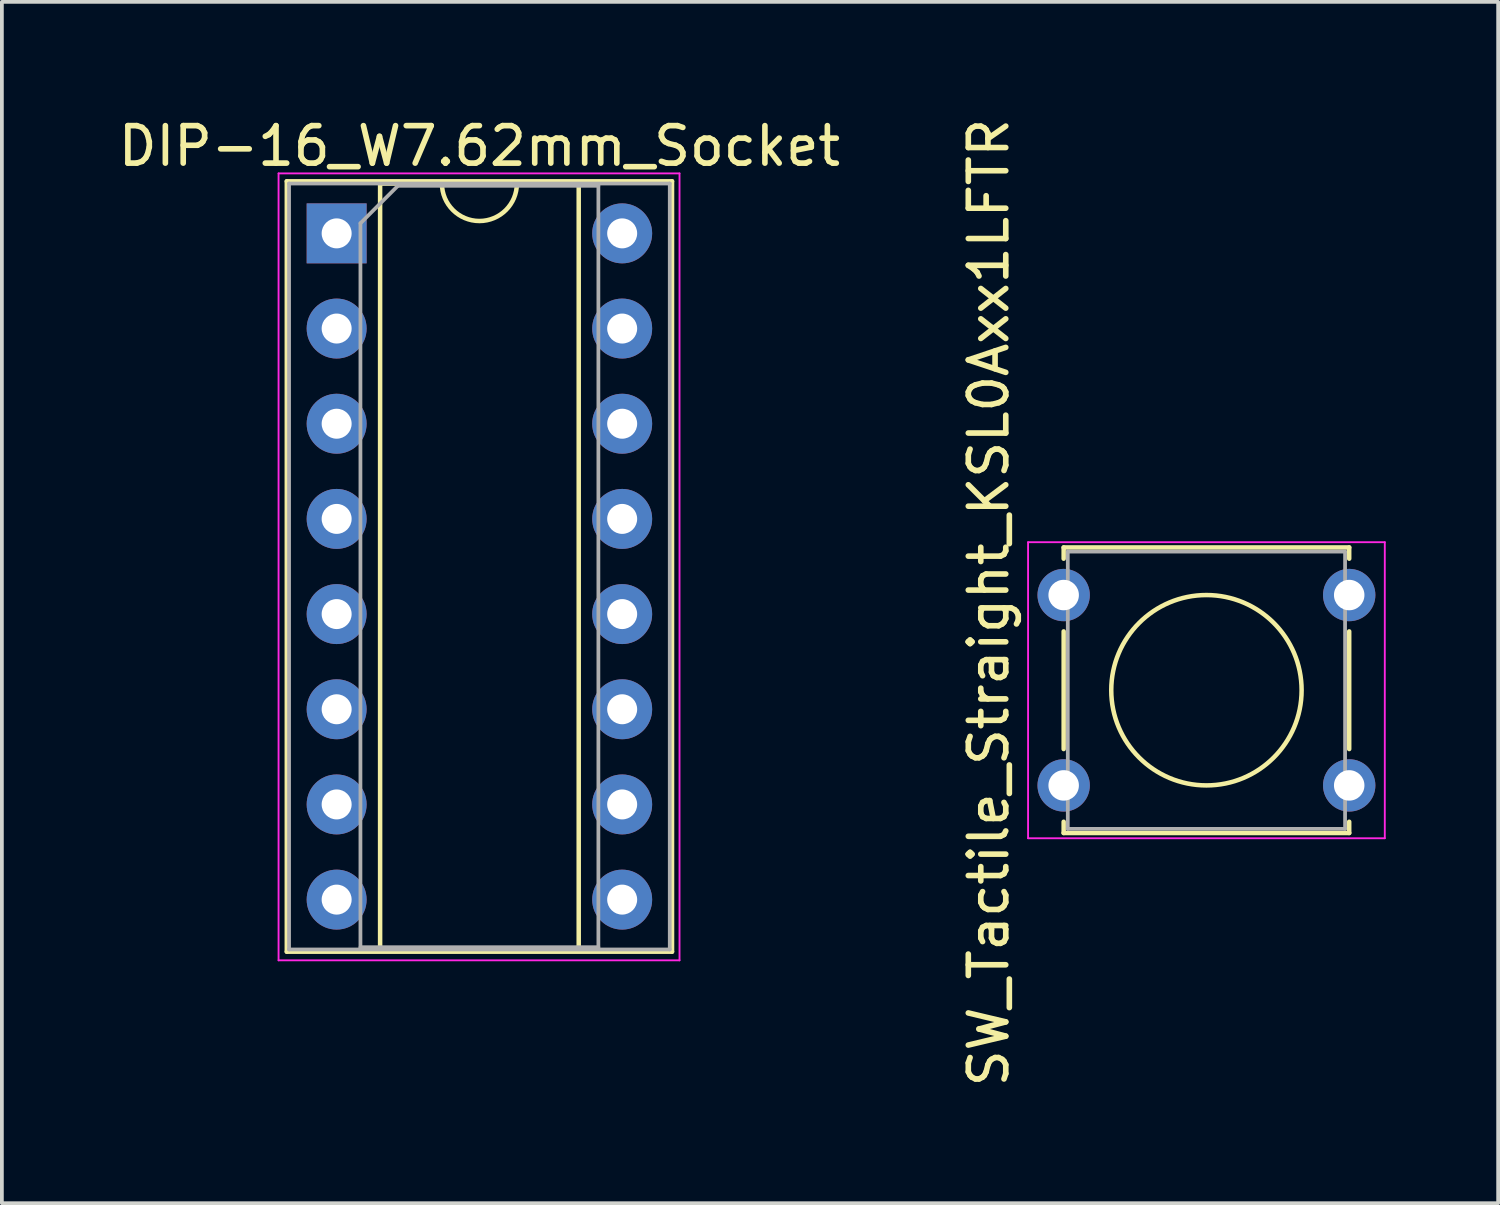
<source format=kicad_pcb>
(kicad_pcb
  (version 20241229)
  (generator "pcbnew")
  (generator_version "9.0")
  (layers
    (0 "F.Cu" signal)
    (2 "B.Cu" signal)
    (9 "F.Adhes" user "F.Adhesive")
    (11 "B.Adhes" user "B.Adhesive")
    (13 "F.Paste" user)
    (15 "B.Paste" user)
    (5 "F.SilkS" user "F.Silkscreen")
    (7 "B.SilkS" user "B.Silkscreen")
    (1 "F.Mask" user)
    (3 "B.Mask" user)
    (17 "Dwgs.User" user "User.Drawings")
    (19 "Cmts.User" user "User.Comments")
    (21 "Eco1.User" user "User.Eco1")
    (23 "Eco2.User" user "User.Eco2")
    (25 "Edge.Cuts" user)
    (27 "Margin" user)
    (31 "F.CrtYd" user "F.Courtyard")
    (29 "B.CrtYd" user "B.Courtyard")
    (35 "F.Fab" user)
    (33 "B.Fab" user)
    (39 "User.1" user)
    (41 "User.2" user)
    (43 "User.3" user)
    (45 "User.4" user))
  (footprint "DIP-16_W7.62mm_Socket"
    (layer "F.Cu")
    (at 5.934 3.178)
    (property "Reference" "DIP-16_W7.62mm_Socket" (at 3.81 -2.33 0) (layer "F.SilkS") (effects (font (size 1 1) (thickness 0.15))))
    (attr through_hole)
    (fp_line (start -1.33 -1.39) (end -1.33 19.17) (stroke (width 0.12) (type solid)) (layer "F.SilkS"))
    (fp_line (start -1.33 19.17) (end 8.95 19.17) (stroke (width 0.12) (type solid)) (layer "F.SilkS"))
    (fp_line (start 1.16 -1.33) (end 1.16 19.11) (stroke (width 0.12) (type solid)) (layer "F.SilkS"))
    (fp_line (start 1.16 19.11) (end 6.46 19.11) (stroke (width 0.12) (type solid)) (layer "F.SilkS"))
    (fp_line (start 2.81 -1.33) (end 1.16 -1.33) (stroke (width 0.12) (type solid)) (layer "F.SilkS"))
    (fp_line (start 6.46 -1.33) (end 4.81 -1.33) (stroke (width 0.12) (type solid)) (layer "F.SilkS"))
    (fp_line (start 6.46 19.11) (end 6.46 -1.33) (stroke (width 0.12) (type solid)) (layer "F.SilkS"))
    (fp_line (start 8.95 -1.39) (end -1.33 -1.39) (stroke (width 0.12) (type solid)) (layer "F.SilkS"))
    (fp_line (start 8.95 19.17) (end 8.95 -1.39) (stroke (width 0.12) (type solid)) (layer "F.SilkS"))
    (fp_arc (start 4.81 -1.33) (mid 3.81 -0.33) (end 2.81 -1.33) (stroke (width 0.12) (type solid)) (layer "F.SilkS"))
    (fp_line (start -1.55 -1.6) (end -1.55 19.4) (stroke (width 0.05) (type solid)) (layer "F.CrtYd"))
    (fp_line (start -1.55 19.4) (end 9.15 19.4) (stroke (width 0.05) (type solid)) (layer "F.CrtYd"))
    (fp_line (start 9.15 -1.6) (end -1.55 -1.6) (stroke (width 0.05) (type solid)) (layer "F.CrtYd"))
    (fp_line (start 9.15 19.4) (end 9.15 -1.6) (stroke (width 0.05) (type solid)) (layer "F.CrtYd"))
    (fp_line (start -1.27 -1.33) (end -1.27 19.11) (stroke (width 0.1) (type solid)) (layer "F.Fab"))
    (fp_line (start -1.27 19.11) (end 8.89 19.11) (stroke (width 0.1) (type solid)) (layer "F.Fab"))
    (fp_line (start 0.635 -0.27) (end 1.635 -1.27) (stroke (width 0.1) (type solid)) (layer "F.Fab"))
    (fp_line (start 0.635 19.05) (end 0.635 -0.27) (stroke (width 0.1) (type solid)) (layer "F.Fab"))
    (fp_line (start 1.635 -1.27) (end 6.985 -1.27) (stroke (width 0.1) (type solid)) (layer "F.Fab"))
    (fp_line (start 6.985 -1.27) (end 6.985 19.05) (stroke (width 0.1) (type solid)) (layer "F.Fab"))
    (fp_line (start 6.985 19.05) (end 0.635 19.05) (stroke (width 0.1) (type solid)) (layer "F.Fab"))
    (fp_line (start 8.89 -1.33) (end -1.27 -1.33) (stroke (width 0.1) (type solid)) (layer "F.Fab"))
    (fp_line (start 8.89 19.11) (end 8.89 -1.33) (stroke (width 0.1) (type solid)) (layer "F.Fab"))
    (pad "1" thru_hole rect (at 0 0) (size 1.6 1.6) (drill 0.8) (layers "*.Cu" "*.Mask"))
    (pad "2" thru_hole oval (at 0 2.54) (size 1.6 1.6) (drill 0.8) (layers "*.Cu" "*.Mask"))
    (pad "3" thru_hole oval (at 0 5.08) (size 1.6 1.6) (drill 0.8) (layers "*.Cu" "*.Mask"))
    (pad "4" thru_hole oval (at 0 7.62) (size 1.6 1.6) (drill 0.8) (layers "*.Cu" "*.Mask"))
    (pad "5" thru_hole oval (at 0 10.16) (size 1.6 1.6) (drill 0.8) (layers "*.Cu" "*.Mask"))
    (pad "6" thru_hole oval (at 0 12.7) (size 1.6 1.6) (drill 0.8) (layers "*.Cu" "*.Mask"))
    (pad "7" thru_hole oval (at 0 15.24) (size 1.6 1.6) (drill 0.8) (layers "*.Cu" "*.Mask"))
    (pad "8" thru_hole oval (at 0 17.78) (size 1.6 1.6) (drill 0.8) (layers "*.Cu" "*.Mask"))
    (pad "9" thru_hole oval (at 7.62 17.78) (size 1.6 1.6) (drill 0.8) (layers "*.Cu" "*.Mask"))
    (pad "10" thru_hole oval (at 7.62 15.24) (size 1.6 1.6) (drill 0.8) (layers "*.Cu" "*.Mask"))
    (pad "11" thru_hole oval (at 7.62 12.7) (size 1.6 1.6) (drill 0.8) (layers "*.Cu" "*.Mask"))
    (pad "12" thru_hole oval (at 7.62 10.16) (size 1.6 1.6) (drill 0.8) (layers "*.Cu" "*.Mask"))
    (pad "13" thru_hole oval (at 7.62 7.62) (size 1.6 1.6) (drill 0.8) (layers "*.Cu" "*.Mask"))
    (pad "14" thru_hole oval (at 7.62 5.08) (size 1.6 1.6) (drill 0.8) (layers "*.Cu" "*.Mask"))
    (pad "15" thru_hole oval (at 7.62 2.54) (size 1.6 1.6) (drill 0.8) (layers "*.Cu" "*.Mask"))
    (pad "16" thru_hole oval (at 7.62 0) (size 1.6 1.6) (drill 0.8) (layers "*.Cu" "*.Mask")))
  (footprint "SW_Tactile_Straight_KSL0Axx1LFTR"
    (layer "F.Cu")
    (at 25.336 12.83)
    (property "Reference" "SW_Tactile_Straight_KSL0Axx1LFTR" (at -2 0.2 90) (layer "F.SilkS") (effects (font (size 1 1) (thickness 0.15))))
    (attr through_hole)
    (fp_line (start 0 -1.27) (end 0 -0.97) (stroke (width 0.12) (type solid)) (layer "F.SilkS"))
    (fp_line (start 0 -1.27) (end 7.62 -1.27) (stroke (width 0.12) (type solid)) (layer "F.SilkS"))
    (fp_line (start 0 0.97) (end 0 4.11) (stroke (width 0.12) (type solid)) (layer "F.SilkS"))
    (fp_line (start 0 6.05) (end 0 6.35) (stroke (width 0.12) (type solid)) (layer "F.SilkS"))
    (fp_line (start 7.62 -1.27) (end 7.62 -0.97) (stroke (width 0.12) (type solid)) (layer "F.SilkS"))
    (fp_line (start 7.62 0.97) (end 7.62 4.11) (stroke (width 0.12) (type solid)) (layer "F.SilkS"))
    (fp_line (start 7.62 6.05) (end 7.62 6.35) (stroke (width 0.12) (type solid)) (layer "F.SilkS"))
    (fp_line (start 7.62 6.35) (end 0 6.35) (stroke (width 0.12) (type solid)) (layer "F.SilkS"))
    (fp_circle (center 3.81 2.54) (end 3.81 0) (stroke (width 0.12) (type solid)) (fill no) (layer "F.SilkS"))
    (fp_line (start -0.95 -1.41) (end -0.95 6.49) (stroke (width 0.05) (type solid)) (layer "F.CrtYd"))
    (fp_line (start -0.95 -1.41) (end 8.57 -1.41) (stroke (width 0.05) (type solid)) (layer "F.CrtYd"))
    (fp_line (start 8.57 6.49) (end -0.95 6.49) (stroke (width 0.05) (type solid)) (layer "F.CrtYd"))
    (fp_line (start 8.57 6.49) (end 8.57 -1.41) (stroke (width 0.05) (type solid)) (layer "F.CrtYd"))
    (fp_line (start 0.11 -1.16) (end 7.51 -1.16) (stroke (width 0.1) (type solid)) (layer "F.Fab"))
    (fp_line (start 0.11 6.24) (end 0.11 -1.16) (stroke (width 0.1) (type solid)) (layer "F.Fab"))
    (fp_line (start 7.51 -1.16) (end 7.51 6.24) (stroke (width 0.1) (type solid)) (layer "F.Fab"))
    (fp_line (start 7.51 6.24) (end 0.11 6.24) (stroke (width 0.1) (type solid)) (layer "F.Fab"))
    (pad "1" thru_hole circle (at 0 0) (size 1.397 1.397) (drill 0.813) (layers "*.Cu" "*.Mask"))
    (pad "1" thru_hole circle (at 7.62 0) (size 1.397 1.397) (drill 0.813) (layers "*.Cu" "*.Mask"))
    (pad "2" thru_hole circle (at 0 5.08) (size 1.397 1.397) (drill 0.813) (layers "*.Cu" "*.Mask"))
    (pad "2" thru_hole circle (at 7.62 5.08) (size 1.397 1.397) (drill 0.813) (layers "*.Cu" "*.Mask")))
  (gr_rect
    (start -3 -3)
    (end 36.931 29.06)
    (stroke (width 0.1) (type default))
    (fill no)
    (layer "Edge.Cuts")))
</source>
